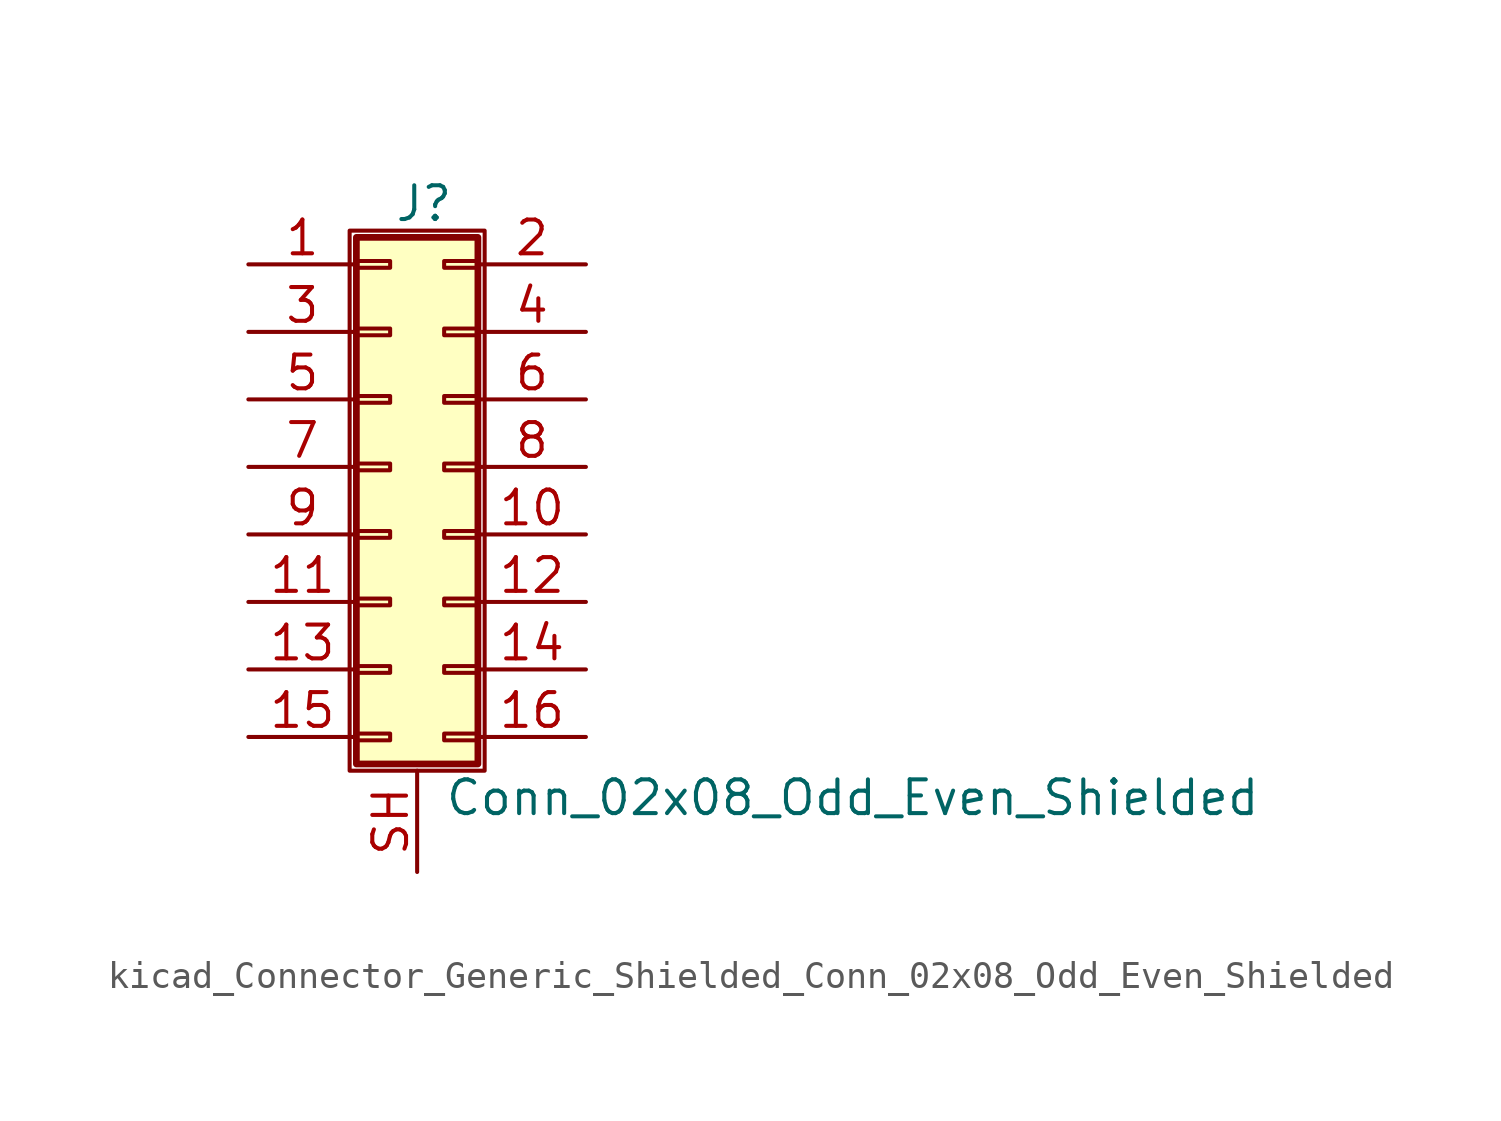
<source format=kicad_sym>
(kicad_symbol_lib
  (version 20220914)
  (generator kicad_symbol_editor)
  (symbol "kicad_Connector_Generic_Shielded_Conn_02x08_Odd_Even_Shielded"
    (pin_names
      (offset 1.016) hide)
    (property "Reference" "J"
      (at 1.524 9.906 0)
      (effects (font (size 1.27 1.27))))
    (property "Value" "Conn_02x08_Odd_Even_Shielded"
      (at 2.286 -12.446 0)
      (effects (font (size 1.27 1.27)) (justify left)))
    (symbol "kicad_Connector_Generic_Shielded_Conn_02x08_Odd_Even_Shielded_1_1"
      (rectangle (start -1.27 8.89) (end 3.81 -11.43) (stroke (width 0.152) (type default)) (fill (type none)))
      (rectangle (start -1.016 -10.033) (end 0.254 -10.287) (stroke (width 0.152) (type default)) (fill (type none)))
      (rectangle (start -1.016 -7.493) (end 0.254 -7.747) (stroke (width 0.152) (type default)) (fill (type none)))
      (rectangle (start -1.016 -4.953) (end 0.254 -5.207) (stroke (width 0.152) (type default)) (fill (type none)))
      (rectangle (start -1.016 -2.413) (end 0.254 -2.667) (stroke (width 0.152) (type default)) (fill (type none)))
      (rectangle (start -1.016 0.127) (end 0.254 -0.127) (stroke (width 0.152) (type default)) (fill (type none)))
      (rectangle (start -1.016 2.667) (end 0.254 2.413) (stroke (width 0.152) (type default)) (fill (type none)))
      (rectangle (start -1.016 5.207) (end 0.254 4.953) (stroke (width 0.152) (type default)) (fill (type none)))
      (rectangle (start -1.016 7.747) (end 0.254 7.493) (stroke (width 0.152) (type default)) (fill (type none)))
      (rectangle (start -1.016 8.636) (end 3.556 -11.176) (stroke (width 0.254) (type default)) (fill (type background)))
      (rectangle (start 3.556 -10.033) (end 2.286 -10.287) (stroke (width 0.152) (type default)) (fill (type none)))
      (rectangle (start 3.556 -7.493) (end 2.286 -7.747) (stroke (width 0.152) (type default)) (fill (type none)))
      (rectangle (start 3.556 -4.953) (end 2.286 -5.207) (stroke (width 0.152) (type default)) (fill (type none)))
      (rectangle (start 3.556 -2.413) (end 2.286 -2.667) (stroke (width 0.152) (type default)) (fill (type none)))
      (rectangle (start 3.556 0.127) (end 2.286 -0.127) (stroke (width 0.152) (type default)) (fill (type none)))
      (rectangle (start 3.556 2.667) (end 2.286 2.413) (stroke (width 0.152) (type default)) (fill (type none)))
      (rectangle (start 3.556 5.207) (end 2.286 4.953) (stroke (width 0.152) (type default)) (fill (type none)))
      (rectangle (start 3.556 7.747) (end 2.286 7.493) (stroke (width 0.152) (type default)) (fill (type none)))
      (pin passive line (at -5.08 7.62 0) (length 4.064) (name "Pin_1" (effects (font (size 1.27 1.27)))) (number "1" (effects (font (size 1.27 1.27)))))
      (pin passive line (at 7.62 -2.54 180) (length 4.064) (name "Pin_10" (effects (font (size 1.27 1.27)))) (number "10" (effects (font (size 1.27 1.27)))))
      (pin passive line (at -5.08 -5.08 0) (length 4.064) (name "Pin_11" (effects (font (size 1.27 1.27)))) (number "11" (effects (font (size 1.27 1.27)))))
      (pin passive line (at 7.62 -5.08 180) (length 4.064) (name "Pin_12" (effects (font (size 1.27 1.27)))) (number "12" (effects (font (size 1.27 1.27)))))
      (pin passive line (at -5.08 -7.62 0) (length 4.064) (name "Pin_13" (effects (font (size 1.27 1.27)))) (number "13" (effects (font (size 1.27 1.27)))))
      (pin passive line (at 7.62 -7.62 180) (length 4.064) (name "Pin_14" (effects (font (size 1.27 1.27)))) (number "14" (effects (font (size 1.27 1.27)))))
      (pin passive line (at -5.08 -10.16 0) (length 4.064) (name "Pin_15" (effects (font (size 1.27 1.27)))) (number "15" (effects (font (size 1.27 1.27)))))
      (pin passive line (at 7.62 -10.16 180) (length 4.064) (name "Pin_16" (effects (font (size 1.27 1.27)))) (number "16" (effects (font (size 1.27 1.27)))))
      (pin passive line (at 7.62 7.62 180) (length 4.064) (name "Pin_2" (effects (font (size 1.27 1.27)))) (number "2" (effects (font (size 1.27 1.27)))))
      (pin passive line (at -5.08 5.08 0) (length 4.064) (name "Pin_3" (effects (font (size 1.27 1.27)))) (number "3" (effects (font (size 1.27 1.27)))))
      (pin passive line (at 7.62 5.08 180) (length 4.064) (name "Pin_4" (effects (font (size 1.27 1.27)))) (number "4" (effects (font (size 1.27 1.27)))))
      (pin passive line (at -5.08 2.54 0) (length 4.064) (name "Pin_5" (effects (font (size 1.27 1.27)))) (number "5" (effects (font (size 1.27 1.27)))))
      (pin passive line (at 7.62 2.54 180) (length 4.064) (name "Pin_6" (effects (font (size 1.27 1.27)))) (number "6" (effects (font (size 1.27 1.27)))))
      (pin passive line (at -5.08 0 0) (length 4.064) (name "Pin_7" (effects (font (size 1.27 1.27)))) (number "7" (effects (font (size 1.27 1.27)))))
      (pin passive line (at 7.62 0 180) (length 4.064) (name "Pin_8" (effects (font (size 1.27 1.27)))) (number "8" (effects (font (size 1.27 1.27)))))
      (pin passive line (at -5.08 -2.54 0) (length 4.064) (name "Pin_9" (effects (font (size 1.27 1.27)))) (number "9" (effects (font (size 1.27 1.27)))))
      (pin passive line (at 1.27 -15.24 90) (length 3.81) (name "Shield" (effects (font (size 1.27 1.27)))) (number "SH" (effects (font (size 1.27 1.27))))))))
</source>
